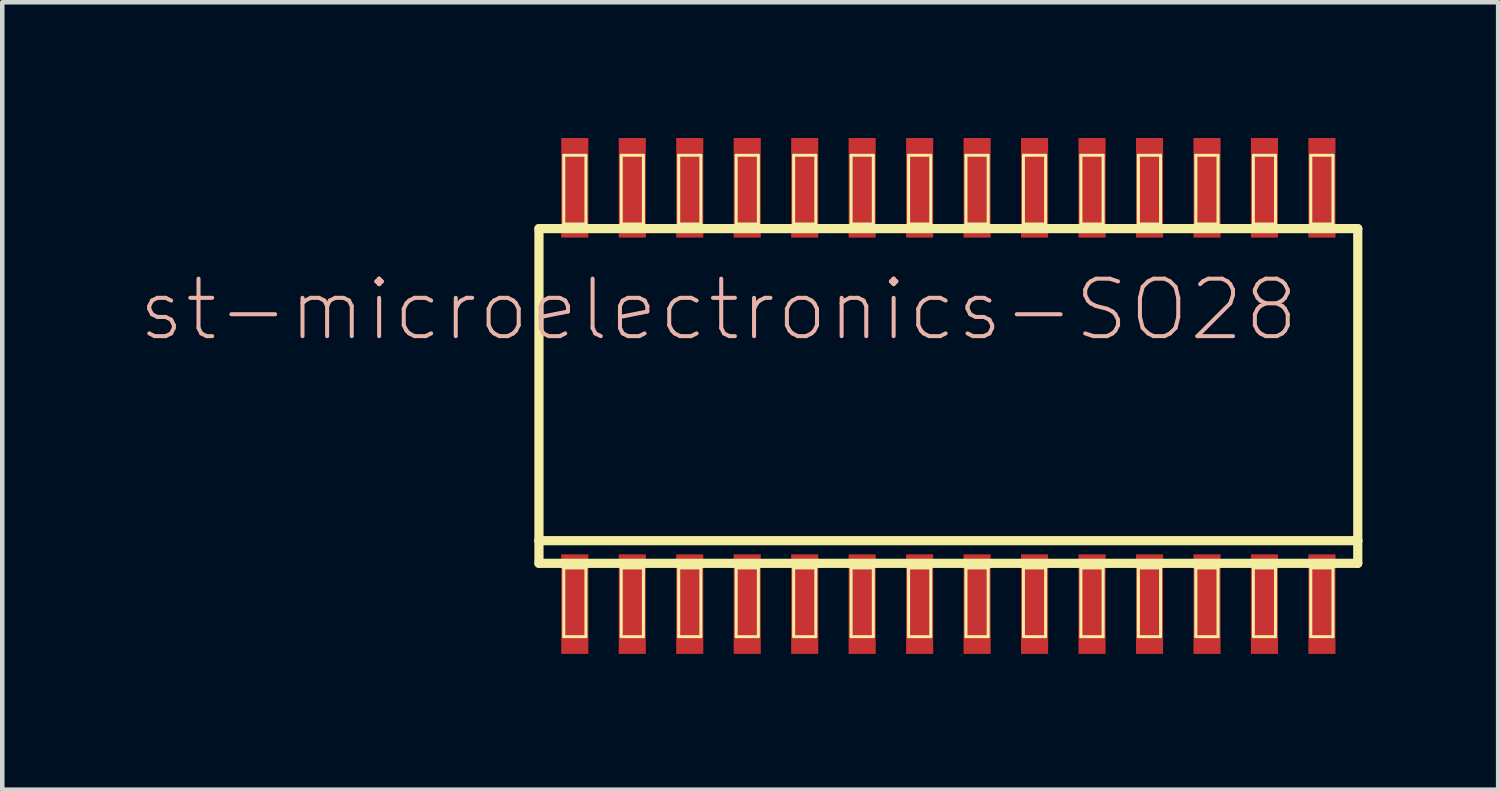
<source format=kicad_pcb>
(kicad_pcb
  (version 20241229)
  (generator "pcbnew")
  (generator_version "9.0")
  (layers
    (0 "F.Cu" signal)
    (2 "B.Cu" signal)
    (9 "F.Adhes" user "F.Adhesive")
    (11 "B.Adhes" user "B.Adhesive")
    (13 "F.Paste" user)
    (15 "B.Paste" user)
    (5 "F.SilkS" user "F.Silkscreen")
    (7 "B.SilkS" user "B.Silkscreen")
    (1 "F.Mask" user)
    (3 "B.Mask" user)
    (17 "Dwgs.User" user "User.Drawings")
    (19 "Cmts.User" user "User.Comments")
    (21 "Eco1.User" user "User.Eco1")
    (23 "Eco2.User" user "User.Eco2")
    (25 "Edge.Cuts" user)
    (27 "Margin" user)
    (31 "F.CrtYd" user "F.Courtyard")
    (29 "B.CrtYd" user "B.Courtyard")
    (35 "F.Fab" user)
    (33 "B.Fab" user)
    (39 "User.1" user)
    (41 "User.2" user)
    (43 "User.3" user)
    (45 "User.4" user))
  (footprint "st-microelectronics-SO28"
    (layer "F.Cu")
    (at 17.907 5.7)
    (property "Reference" "st-microelectronics-SO28" (at -5.08 -1.905 0) (layer "B.SilkS") (effects (font (size 1.27 1.27) (thickness 0.089))))
    (attr smd)
    (fp_line (start -9.047 -3.698) (end 9.047 -3.698) (stroke (width 0.203) (type solid)) (layer "F.SilkS"))
    (fp_line (start -9.047 3.198) (end -9.047 -3.698) (stroke (width 0.203) (type solid)) (layer "F.SilkS"))
    (fp_line (start -9.047 3.698) (end -9.047 3.198) (stroke (width 0.203) (type solid)) (layer "F.SilkS"))
    (fp_line (start -8.499 -5.319) (end -8.009 -5.319) (stroke (width 0.066) (type solid)) (layer "F.SilkS"))
    (fp_line (start -8.499 -3.8) (end -8.499 -5.319) (stroke (width 0.066) (type solid)) (layer "F.SilkS"))
    (fp_line (start -8.499 -3.8) (end -8.009 -3.8) (stroke (width 0.066) (type solid)) (layer "F.SilkS"))
    (fp_line (start -8.499 3.8) (end -8.009 3.8) (stroke (width 0.066) (type solid)) (layer "F.SilkS"))
    (fp_line (start -8.499 5.319) (end -8.499 3.8) (stroke (width 0.066) (type solid)) (layer "F.SilkS"))
    (fp_line (start -8.499 5.319) (end -8.009 5.319) (stroke (width 0.066) (type solid)) (layer "F.SilkS"))
    (fp_line (start -8.009 -3.8) (end -8.009 -5.319) (stroke (width 0.066) (type solid)) (layer "F.SilkS"))
    (fp_line (start -8.009 5.319) (end -8.009 3.8) (stroke (width 0.066) (type solid)) (layer "F.SilkS"))
    (fp_line (start -7.229 -5.319) (end -6.739 -5.319) (stroke (width 0.066) (type solid)) (layer "F.SilkS"))
    (fp_line (start -7.229 -3.8) (end -7.229 -5.319) (stroke (width 0.066) (type solid)) (layer "F.SilkS"))
    (fp_line (start -7.229 -3.8) (end -6.739 -3.8) (stroke (width 0.066) (type solid)) (layer "F.SilkS"))
    (fp_line (start -7.229 3.8) (end -6.739 3.8) (stroke (width 0.066) (type solid)) (layer "F.SilkS"))
    (fp_line (start -7.229 5.319) (end -7.229 3.8) (stroke (width 0.066) (type solid)) (layer "F.SilkS"))
    (fp_line (start -7.229 5.319) (end -6.739 5.319) (stroke (width 0.066) (type solid)) (layer "F.SilkS"))
    (fp_line (start -6.739 -3.8) (end -6.739 -5.319) (stroke (width 0.066) (type solid)) (layer "F.SilkS"))
    (fp_line (start -6.739 5.319) (end -6.739 3.8) (stroke (width 0.066) (type solid)) (layer "F.SilkS"))
    (fp_line (start -5.959 -5.319) (end -5.469 -5.319) (stroke (width 0.066) (type solid)) (layer "F.SilkS"))
    (fp_line (start -5.959 -3.8) (end -5.959 -5.319) (stroke (width 0.066) (type solid)) (layer "F.SilkS"))
    (fp_line (start -5.959 -3.8) (end -5.469 -3.8) (stroke (width 0.066) (type solid)) (layer "F.SilkS"))
    (fp_line (start -5.959 3.8) (end -5.469 3.8) (stroke (width 0.066) (type solid)) (layer "F.SilkS"))
    (fp_line (start -5.959 5.319) (end -5.959 3.8) (stroke (width 0.066) (type solid)) (layer "F.SilkS"))
    (fp_line (start -5.959 5.319) (end -5.469 5.319) (stroke (width 0.066) (type solid)) (layer "F.SilkS"))
    (fp_line (start -5.469 -3.8) (end -5.469 -5.319) (stroke (width 0.066) (type solid)) (layer "F.SilkS"))
    (fp_line (start -5.469 5.319) (end -5.469 3.8) (stroke (width 0.066) (type solid)) (layer "F.SilkS"))
    (fp_line (start -4.689 -5.319) (end -4.199 -5.319) (stroke (width 0.066) (type solid)) (layer "F.SilkS"))
    (fp_line (start -4.689 -3.8) (end -4.689 -5.319) (stroke (width 0.066) (type solid)) (layer "F.SilkS"))
    (fp_line (start -4.689 -3.8) (end -4.199 -3.8) (stroke (width 0.066) (type solid)) (layer "F.SilkS"))
    (fp_line (start -4.689 3.8) (end -4.199 3.8) (stroke (width 0.066) (type solid)) (layer "F.SilkS"))
    (fp_line (start -4.689 5.319) (end -4.689 3.8) (stroke (width 0.066) (type solid)) (layer "F.SilkS"))
    (fp_line (start -4.689 5.319) (end -4.199 5.319) (stroke (width 0.066) (type solid)) (layer "F.SilkS"))
    (fp_line (start -4.199 -3.8) (end -4.199 -5.319) (stroke (width 0.066) (type solid)) (layer "F.SilkS"))
    (fp_line (start -4.199 5.319) (end -4.199 3.8) (stroke (width 0.066) (type solid)) (layer "F.SilkS"))
    (fp_line (start -3.419 -5.319) (end -2.929 -5.319) (stroke (width 0.066) (type solid)) (layer "F.SilkS"))
    (fp_line (start -3.419 -3.8) (end -3.419 -5.319) (stroke (width 0.066) (type solid)) (layer "F.SilkS"))
    (fp_line (start -3.419 -3.8) (end -2.929 -3.8) (stroke (width 0.066) (type solid)) (layer "F.SilkS"))
    (fp_line (start -3.419 3.8) (end -2.929 3.8) (stroke (width 0.066) (type solid)) (layer "F.SilkS"))
    (fp_line (start -3.419 5.319) (end -3.419 3.8) (stroke (width 0.066) (type solid)) (layer "F.SilkS"))
    (fp_line (start -3.419 5.319) (end -2.929 5.319) (stroke (width 0.066) (type solid)) (layer "F.SilkS"))
    (fp_line (start -2.929 -3.8) (end -2.929 -5.319) (stroke (width 0.066) (type solid)) (layer "F.SilkS"))
    (fp_line (start -2.929 5.319) (end -2.929 3.8) (stroke (width 0.066) (type solid)) (layer "F.SilkS"))
    (fp_line (start -2.149 -5.319) (end -1.659 -5.319) (stroke (width 0.066) (type solid)) (layer "F.SilkS"))
    (fp_line (start -2.149 -3.8) (end -2.149 -5.319) (stroke (width 0.066) (type solid)) (layer "F.SilkS"))
    (fp_line (start -2.149 -3.8) (end -1.659 -3.8) (stroke (width 0.066) (type solid)) (layer "F.SilkS"))
    (fp_line (start -2.149 3.8) (end -1.659 3.8) (stroke (width 0.066) (type solid)) (layer "F.SilkS"))
    (fp_line (start -2.149 5.319) (end -2.149 3.8) (stroke (width 0.066) (type solid)) (layer "F.SilkS"))
    (fp_line (start -2.149 5.319) (end -1.659 5.319) (stroke (width 0.066) (type solid)) (layer "F.SilkS"))
    (fp_line (start -1.659 -3.8) (end -1.659 -5.319) (stroke (width 0.066) (type solid)) (layer "F.SilkS"))
    (fp_line (start -1.659 5.319) (end -1.659 3.8) (stroke (width 0.066) (type solid)) (layer "F.SilkS"))
    (fp_line (start -0.879 -5.319) (end -0.389 -5.319) (stroke (width 0.066) (type solid)) (layer "F.SilkS"))
    (fp_line (start -0.879 -3.8) (end -0.879 -5.319) (stroke (width 0.066) (type solid)) (layer "F.SilkS"))
    (fp_line (start -0.879 -3.8) (end -0.389 -3.8) (stroke (width 0.066) (type solid)) (layer "F.SilkS"))
    (fp_line (start -0.879 3.8) (end -0.389 3.8) (stroke (width 0.066) (type solid)) (layer "F.SilkS"))
    (fp_line (start -0.879 5.319) (end -0.879 3.8) (stroke (width 0.066) (type solid)) (layer "F.SilkS"))
    (fp_line (start -0.879 5.319) (end -0.389 5.319) (stroke (width 0.066) (type solid)) (layer "F.SilkS"))
    (fp_line (start -0.389 -3.8) (end -0.389 -5.319) (stroke (width 0.066) (type solid)) (layer "F.SilkS"))
    (fp_line (start -0.389 5.319) (end -0.389 3.8) (stroke (width 0.066) (type solid)) (layer "F.SilkS"))
    (fp_line (start 0.389 -5.319) (end 0.879 -5.319) (stroke (width 0.066) (type solid)) (layer "F.SilkS"))
    (fp_line (start 0.389 -3.8) (end 0.389 -5.319) (stroke (width 0.066) (type solid)) (layer "F.SilkS"))
    (fp_line (start 0.389 -3.8) (end 0.879 -3.8) (stroke (width 0.066) (type solid)) (layer "F.SilkS"))
    (fp_line (start 0.389 3.8) (end 0.879 3.8) (stroke (width 0.066) (type solid)) (layer "F.SilkS"))
    (fp_line (start 0.389 5.319) (end 0.389 3.8) (stroke (width 0.066) (type solid)) (layer "F.SilkS"))
    (fp_line (start 0.389 5.319) (end 0.879 5.319) (stroke (width 0.066) (type solid)) (layer "F.SilkS"))
    (fp_line (start 0.879 -3.8) (end 0.879 -5.319) (stroke (width 0.066) (type solid)) (layer "F.SilkS"))
    (fp_line (start 0.879 5.319) (end 0.879 3.8) (stroke (width 0.066) (type solid)) (layer "F.SilkS"))
    (fp_line (start 1.659 -5.319) (end 2.149 -5.319) (stroke (width 0.066) (type solid)) (layer "F.SilkS"))
    (fp_line (start 1.659 -3.8) (end 1.659 -5.319) (stroke (width 0.066) (type solid)) (layer "F.SilkS"))
    (fp_line (start 1.659 -3.8) (end 2.149 -3.8) (stroke (width 0.066) (type solid)) (layer "F.SilkS"))
    (fp_line (start 1.659 3.8) (end 2.149 3.8) (stroke (width 0.066) (type solid)) (layer "F.SilkS"))
    (fp_line (start 1.659 5.319) (end 1.659 3.8) (stroke (width 0.066) (type solid)) (layer "F.SilkS"))
    (fp_line (start 1.659 5.319) (end 2.149 5.319) (stroke (width 0.066) (type solid)) (layer "F.SilkS"))
    (fp_line (start 2.149 -3.8) (end 2.149 -5.319) (stroke (width 0.066) (type solid)) (layer "F.SilkS"))
    (fp_line (start 2.149 5.319) (end 2.149 3.8) (stroke (width 0.066) (type solid)) (layer "F.SilkS"))
    (fp_line (start 2.929 -5.319) (end 3.419 -5.319) (stroke (width 0.066) (type solid)) (layer "F.SilkS"))
    (fp_line (start 2.929 -3.8) (end 2.929 -5.319) (stroke (width 0.066) (type solid)) (layer "F.SilkS"))
    (fp_line (start 2.929 -3.8) (end 3.419 -3.8) (stroke (width 0.066) (type solid)) (layer "F.SilkS"))
    (fp_line (start 2.929 3.8) (end 3.419 3.8) (stroke (width 0.066) (type solid)) (layer "F.SilkS"))
    (fp_line (start 2.929 5.319) (end 2.929 3.8) (stroke (width 0.066) (type solid)) (layer "F.SilkS"))
    (fp_line (start 2.929 5.319) (end 3.419 5.319) (stroke (width 0.066) (type solid)) (layer "F.SilkS"))
    (fp_line (start 3.419 -3.8) (end 3.419 -5.319) (stroke (width 0.066) (type solid)) (layer "F.SilkS"))
    (fp_line (start 3.419 5.319) (end 3.419 3.8) (stroke (width 0.066) (type solid)) (layer "F.SilkS"))
    (fp_line (start 4.199 -5.319) (end 4.689 -5.319) (stroke (width 0.066) (type solid)) (layer "F.SilkS"))
    (fp_line (start 4.199 -3.8) (end 4.199 -5.319) (stroke (width 0.066) (type solid)) (layer "F.SilkS"))
    (fp_line (start 4.199 -3.8) (end 4.689 -3.8) (stroke (width 0.066) (type solid)) (layer "F.SilkS"))
    (fp_line (start 4.199 3.8) (end 4.689 3.8) (stroke (width 0.066) (type solid)) (layer "F.SilkS"))
    (fp_line (start 4.199 5.319) (end 4.199 3.8) (stroke (width 0.066) (type solid)) (layer "F.SilkS"))
    (fp_line (start 4.199 5.319) (end 4.689 5.319) (stroke (width 0.066) (type solid)) (layer "F.SilkS"))
    (fp_line (start 4.689 -3.8) (end 4.689 -5.319) (stroke (width 0.066) (type solid)) (layer "F.SilkS"))
    (fp_line (start 4.689 5.319) (end 4.689 3.8) (stroke (width 0.066) (type solid)) (layer "F.SilkS"))
    (fp_line (start 5.469 -5.319) (end 5.959 -5.319) (stroke (width 0.066) (type solid)) (layer "F.SilkS"))
    (fp_line (start 5.469 -3.8) (end 5.469 -5.319) (stroke (width 0.066) (type solid)) (layer "F.SilkS"))
    (fp_line (start 5.469 -3.8) (end 5.959 -3.8) (stroke (width 0.066) (type solid)) (layer "F.SilkS"))
    (fp_line (start 5.469 3.8) (end 5.959 3.8) (stroke (width 0.066) (type solid)) (layer "F.SilkS"))
    (fp_line (start 5.469 5.319) (end 5.469 3.8) (stroke (width 0.066) (type solid)) (layer "F.SilkS"))
    (fp_line (start 5.469 5.319) (end 5.959 5.319) (stroke (width 0.066) (type solid)) (layer "F.SilkS"))
    (fp_line (start 5.959 -3.8) (end 5.959 -5.319) (stroke (width 0.066) (type solid)) (layer "F.SilkS"))
    (fp_line (start 5.959 5.319) (end 5.959 3.8) (stroke (width 0.066) (type solid)) (layer "F.SilkS"))
    (fp_line (start 6.739 -5.319) (end 7.229 -5.319) (stroke (width 0.066) (type solid)) (layer "F.SilkS"))
    (fp_line (start 6.739 -3.8) (end 6.739 -5.319) (stroke (width 0.066) (type solid)) (layer "F.SilkS"))
    (fp_line (start 6.739 -3.8) (end 7.229 -3.8) (stroke (width 0.066) (type solid)) (layer "F.SilkS"))
    (fp_line (start 6.739 3.8) (end 7.229 3.8) (stroke (width 0.066) (type solid)) (layer "F.SilkS"))
    (fp_line (start 6.739 5.319) (end 6.739 3.8) (stroke (width 0.066) (type solid)) (layer "F.SilkS"))
    (fp_line (start 6.739 5.319) (end 7.229 5.319) (stroke (width 0.066) (type solid)) (layer "F.SilkS"))
    (fp_line (start 7.229 -3.8) (end 7.229 -5.319) (stroke (width 0.066) (type solid)) (layer "F.SilkS"))
    (fp_line (start 7.229 5.319) (end 7.229 3.8) (stroke (width 0.066) (type solid)) (layer "F.SilkS"))
    (fp_line (start 8.009 -5.319) (end 8.499 -5.319) (stroke (width 0.066) (type solid)) (layer "F.SilkS"))
    (fp_line (start 8.009 -3.8) (end 8.009 -5.319) (stroke (width 0.066) (type solid)) (layer "F.SilkS"))
    (fp_line (start 8.009 -3.8) (end 8.499 -3.8) (stroke (width 0.066) (type solid)) (layer "F.SilkS"))
    (fp_line (start 8.009 3.8) (end 8.499 3.8) (stroke (width 0.066) (type solid)) (layer "F.SilkS"))
    (fp_line (start 8.009 5.319) (end 8.009 3.8) (stroke (width 0.066) (type solid)) (layer "F.SilkS"))
    (fp_line (start 8.009 5.319) (end 8.499 5.319) (stroke (width 0.066) (type solid)) (layer "F.SilkS"))
    (fp_line (start 8.499 -3.8) (end 8.499 -5.319) (stroke (width 0.066) (type solid)) (layer "F.SilkS"))
    (fp_line (start 8.499 5.319) (end 8.499 3.8) (stroke (width 0.066) (type solid)) (layer "F.SilkS"))
    (fp_line (start 9.047 -3.698) (end 9.047 3.198) (stroke (width 0.203) (type solid)) (layer "F.SilkS"))
    (fp_line (start 9.047 3.198) (end -9.047 3.198) (stroke (width 0.203) (type solid)) (layer "F.SilkS"))
    (fp_line (start 9.047 3.198) (end 9.047 3.698) (stroke (width 0.203) (type solid)) (layer "F.SilkS"))
    (fp_line (start 9.047 3.698) (end -9.047 3.698) (stroke (width 0.203) (type solid)) (layer "F.SilkS"))
    (pad "1" smd rect (at -8.255 4.6) (size 0.599 2.2) (layers "F.Cu" "F.Mask" "F.Paste"))
    (pad "2" smd rect (at -6.985 4.6) (size 0.599 2.2) (layers "F.Cu" "F.Mask" "F.Paste"))
    (pad "3" smd rect (at -5.715 4.6) (size 0.599 2.2) (layers "F.Cu" "F.Mask" "F.Paste"))
    (pad "4" smd rect (at -4.445 4.6) (size 0.599 2.2) (layers "F.Cu" "F.Mask" "F.Paste"))
    (pad "5" smd rect (at -3.175 4.6) (size 0.599 2.2) (layers "F.Cu" "F.Mask" "F.Paste"))
    (pad "6" smd rect (at -1.905 4.6) (size 0.599 2.2) (layers "F.Cu" "F.Mask" "F.Paste"))
    (pad "7" smd rect (at -0.635 4.6) (size 0.599 2.2) (layers "F.Cu" "F.Mask" "F.Paste"))
    (pad "8" smd rect (at 0.635 4.6) (size 0.599 2.2) (layers "F.Cu" "F.Mask" "F.Paste"))
    (pad "9" smd rect (at 1.905 4.6) (size 0.599 2.2) (layers "F.Cu" "F.Mask" "F.Paste"))
    (pad "10" smd rect (at 3.175 4.6) (size 0.599 2.2) (layers "F.Cu" "F.Mask" "F.Paste"))
    (pad "11" smd rect (at 4.445 4.6) (size 0.599 2.2) (layers "F.Cu" "F.Mask" "F.Paste"))
    (pad "12" smd rect (at 5.715 4.6) (size 0.599 2.2) (layers "F.Cu" "F.Mask" "F.Paste"))
    (pad "13" smd rect (at 6.985 4.6) (size 0.599 2.2) (layers "F.Cu" "F.Mask" "F.Paste"))
    (pad "14" smd rect (at 8.255 4.6) (size 0.599 2.2) (layers "F.Cu" "F.Mask" "F.Paste"))
    (pad "15" smd rect (at 8.255 -4.6) (size 0.599 2.2) (layers "F.Cu" "F.Mask" "F.Paste"))
    (pad "16" smd rect (at 6.985 -4.6) (size 0.599 2.2) (layers "F.Cu" "F.Mask" "F.Paste"))
    (pad "17" smd rect (at 5.715 -4.6) (size 0.599 2.2) (layers "F.Cu" "F.Mask" "F.Paste"))
    (pad "18" smd rect (at 4.445 -4.6) (size 0.599 2.2) (layers "F.Cu" "F.Mask" "F.Paste"))
    (pad "19" smd rect (at 3.175 -4.6) (size 0.599 2.2) (layers "F.Cu" "F.Mask" "F.Paste"))
    (pad "20" smd rect (at 1.905 -4.6) (size 0.599 2.2) (layers "F.Cu" "F.Mask" "F.Paste"))
    (pad "21" smd rect (at 0.635 -4.6) (size 0.599 2.2) (layers "F.Cu" "F.Mask" "F.Paste"))
    (pad "22" smd rect (at -0.635 -4.6) (size 0.599 2.2) (layers "F.Cu" "F.Mask" "F.Paste"))
    (pad "23" smd rect (at -1.905 -4.6) (size 0.599 2.2) (layers "F.Cu" "F.Mask" "F.Paste"))
    (pad "24" smd rect (at -3.175 -4.6) (size 0.599 2.2) (layers "F.Cu" "F.Mask" "F.Paste"))
    (pad "25" smd rect (at -4.445 -4.6) (size 0.599 2.2) (layers "F.Cu" "F.Mask" "F.Paste"))
    (pad "26" smd rect (at -5.715 -4.6) (size 0.599 2.2) (layers "F.Cu" "F.Mask" "F.Paste"))
    (pad "27" smd rect (at -6.985 -4.6) (size 0.599 2.2) (layers "F.Cu" "F.Mask" "F.Paste"))
    (pad "28" smd rect (at -8.255 -4.6) (size 0.599 2.2) (layers "F.Cu" "F.Mask" "F.Paste")))
  (gr_rect
    (start -3 -3)
    (end 30.056 14.4)
    (stroke (width 0.1) (type default))
    (fill no)
    (layer "Edge.Cuts")))
</source>
